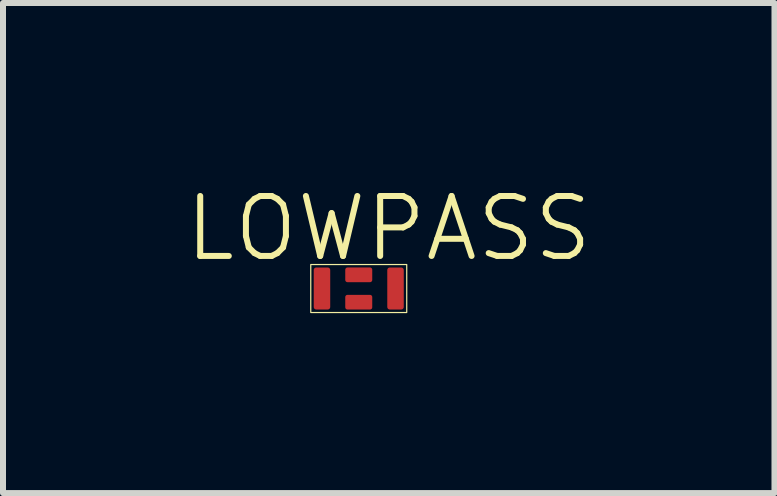
<source format=kicad_pcb>
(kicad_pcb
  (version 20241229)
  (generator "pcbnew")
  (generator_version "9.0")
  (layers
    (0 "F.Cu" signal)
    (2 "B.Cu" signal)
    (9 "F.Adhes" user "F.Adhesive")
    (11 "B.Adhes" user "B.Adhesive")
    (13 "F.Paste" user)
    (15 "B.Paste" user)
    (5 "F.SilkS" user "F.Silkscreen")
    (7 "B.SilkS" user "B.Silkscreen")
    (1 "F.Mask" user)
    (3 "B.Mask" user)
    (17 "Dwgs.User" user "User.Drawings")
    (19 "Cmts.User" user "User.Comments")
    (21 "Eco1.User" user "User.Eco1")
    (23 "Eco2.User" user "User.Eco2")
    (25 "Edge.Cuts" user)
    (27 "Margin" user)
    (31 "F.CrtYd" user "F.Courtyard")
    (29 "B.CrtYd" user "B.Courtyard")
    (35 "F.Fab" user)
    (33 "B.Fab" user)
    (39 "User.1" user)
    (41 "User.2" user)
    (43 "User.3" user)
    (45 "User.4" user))
  (footprint "LOWPASS"
    (layer "F.Cu")
    (at 2.931 1.76)
    (property "Reference" "LOWPASS" (at 0.5 -1 0) (unlocked yes) (layer "F.SilkS") (effects (font (size 1 1) (thickness 0.1))))
    (attr smd)
    (fp_rect (start -0.8 -0.4) (end 0.8 0.4) (stroke (width 0.02) (type solid)) (fill no) (layer "F.SilkS"))
    (pad "1" smd roundrect (at -0.613 0) (size 0.275 0.7) (layers "F.Cu" "F.Mask" "F.Paste") (roundrect_rratio 0.15))
    (pad "2" smd roundrect (at 0 -0.228) (size 0.45 0.245) (layers "F.Cu" "F.Mask" "F.Paste") (roundrect_rratio 0.15))
    (pad "3" smd roundrect (at 0.613 0) (size 0.275 0.7) (layers "F.Cu" "F.Mask" "F.Paste") (roundrect_rratio 0.15))
    (pad "4" smd roundrect (at 0 0.228) (size 0.45 0.245) (layers "F.Cu" "F.Mask" "F.Paste") (roundrect_rratio 0.15)))
  (gr_rect
    (start -3 -3)
    (end 9.862 5.17)
    (stroke (width 0.1) (type default))
    (fill no)
    (layer "Edge.Cuts")))
</source>
